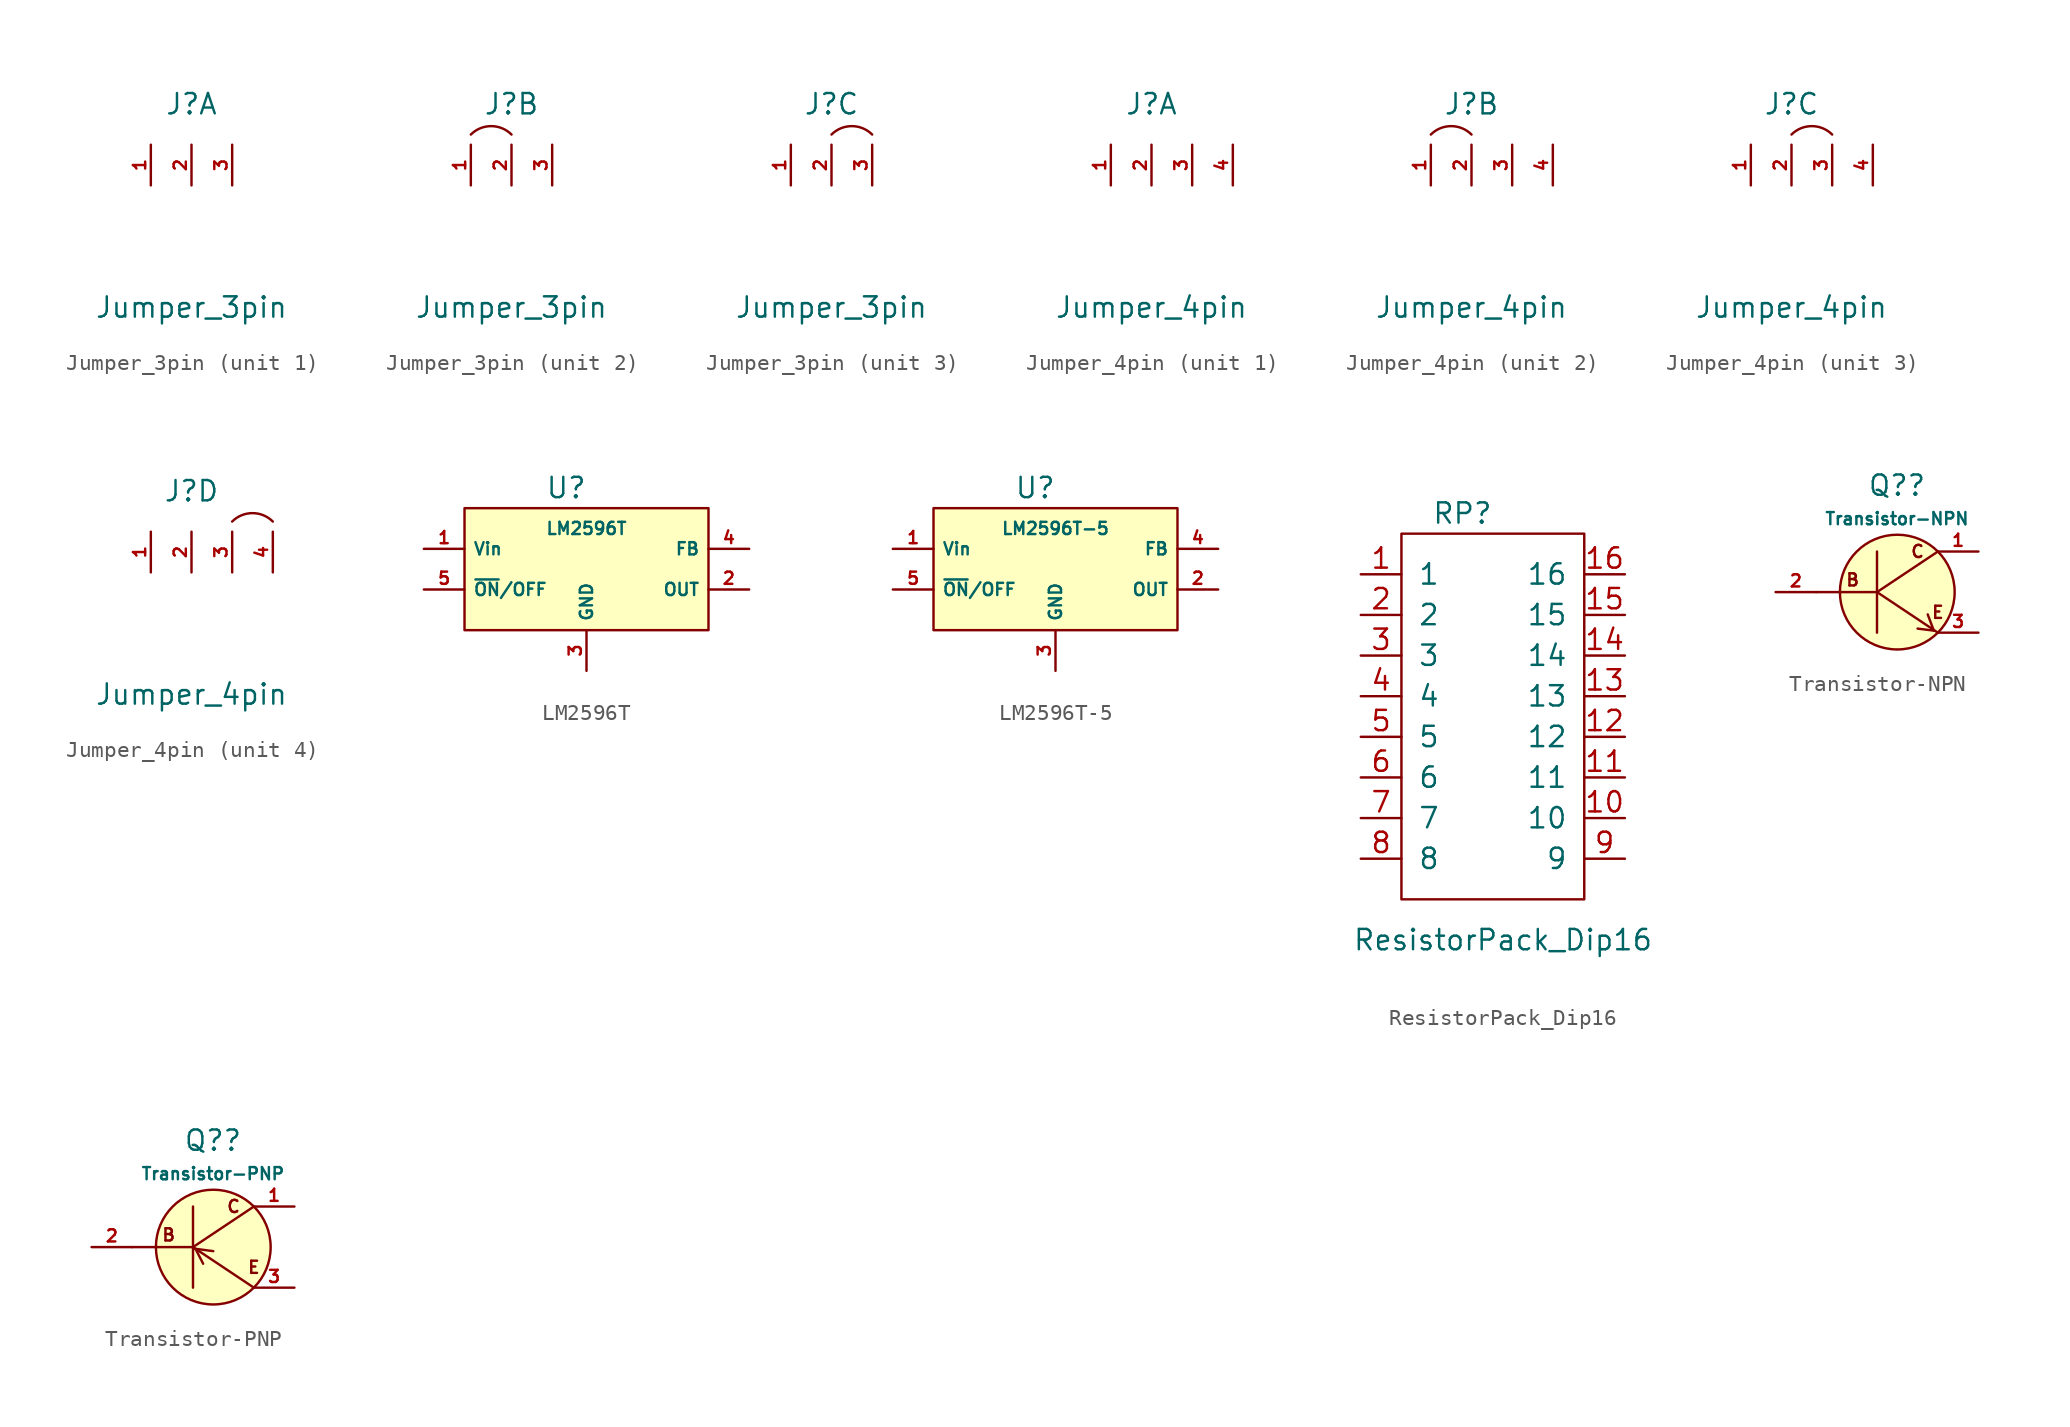
<source format=kicad_sym>
(kicad_symbol_lib
  (version 20211014)
  (generator kicad_symbol_editor)
  (symbol "Jumper_3pin"
    (property "Reference" "J"
      (at 0 15.24 0)
      (effects (font (size 1.27 1.27))))
    (property "Value" "Jumper_3pin"
      (at 0 2.54 0)
      (effects (font (size 1.27 1.27))))
    (symbol "Jumper_3pin_1_1"
      (pin passive line (at -2.54 10.16 90) (length 2.54) (name "" (effects (font (size 0.762 0.762)))) (number "1" (effects (font (size 0.762 0.762)))))
      (pin passive line (at 0 10.16 90) (length 2.54) (name "" (effects (font (size 0.762 0.762)))) (number "2" (effects (font (size 0.762 0.762)))))
      (pin passive line (at 2.54 10.16 90) (length 2.54) (name "" (effects (font (size 0.762 0.762)))) (number "3" (effects (font (size 0.762 0.762))))))
    (symbol "Jumper_3pin_2_1"
      (arc (start 0 13.3352) (mid -1.27 13.8612) (end -2.54 13.3352) (stroke (width 0.1524) (type default) (color 0 0 0 0)) (fill (type none)))
      (pin passive line (at -2.54 10.16 90) (length 2.54) (name "" (effects (font (size 0.762 0.762)))) (number "1" (effects (font (size 0.762 0.762)))))
      (pin passive line (at 0 10.16 90) (length 2.54) (name "" (effects (font (size 0.762 0.762)))) (number "2" (effects (font (size 0.762 0.762)))))
      (pin passive line (at 2.54 10.16 90) (length 2.54) (name "" (effects (font (size 0.762 0.762)))) (number "3" (effects (font (size 0.762 0.762))))))
    (symbol "Jumper_3pin_3_1"
      (arc (start 2.54 13.3352) (mid 1.27 13.8612) (end 0 13.3352) (stroke (width 0.1524) (type default) (color 0 0 0 0)) (fill (type none)))
      (pin passive line (at -2.54 10.16 90) (length 2.54) (name "" (effects (font (size 0.762 0.762)))) (number "1" (effects (font (size 0.762 0.762)))))
      (pin passive line (at 0 10.16 90) (length 2.54) (name "" (effects (font (size 0.762 0.762)))) (number "2" (effects (font (size 0.762 0.762)))))
      (pin passive line (at 2.54 10.16 90) (length 2.54) (name "" (effects (font (size 0.762 0.762)))) (number "3" (effects (font (size 0.762 0.762)))))))
  (symbol "Jumper_4pin"
    (property "Reference" "J"
      (at 0 15.24 0)
      (effects (font (size 1.27 1.27))))
    (property "Value" "Jumper_4pin"
      (at 0 2.54 0)
      (effects (font (size 1.27 1.27))))
    (symbol "Jumper_4pin_1_1"
      (pin passive line (at -2.54 10.16 90) (length 2.54) (name "" (effects (font (size 0.762 0.762)))) (number "1" (effects (font (size 0.762 0.762)))))
      (pin passive line (at 0 10.16 90) (length 2.54) (name "" (effects (font (size 0.762 0.762)))) (number "2" (effects (font (size 0.762 0.762)))))
      (pin passive line (at 2.54 10.16 90) (length 2.54) (name "" (effects (font (size 0.762 0.762)))) (number "3" (effects (font (size 0.762 0.762)))))
      (pin passive line (at 5.08 10.16 90) (length 2.54) (name "" (effects (font (size 0.762 0.762)))) (number "4" (effects (font (size 0.762 0.762))))))
    (symbol "Jumper_4pin_2_1"
      (arc (start 0 13.3352) (mid -1.27 13.8612) (end -2.54 13.3352) (stroke (width 0.1524) (type default) (color 0 0 0 0)) (fill (type none)))
      (pin passive line (at -2.54 10.16 90) (length 2.54) (name "" (effects (font (size 0.762 0.762)))) (number "1" (effects (font (size 0.762 0.762)))))
      (pin passive line (at 0 10.16 90) (length 2.54) (name "" (effects (font (size 0.762 0.762)))) (number "2" (effects (font (size 0.762 0.762)))))
      (pin passive line (at 2.54 10.16 90) (length 2.54) (name "" (effects (font (size 0.762 0.762)))) (number "3" (effects (font (size 0.762 0.762)))))
      (pin passive line (at 5.08 10.16 90) (length 2.54) (name "" (effects (font (size 0.762 0.762)))) (number "4" (effects (font (size 0.762 0.762))))))
    (symbol "Jumper_4pin_3_1"
      (arc (start 2.54 13.3352) (mid 1.27 13.8612) (end 0 13.3352) (stroke (width 0.1524) (type default) (color 0 0 0 0)) (fill (type none)))
      (pin passive line (at -2.54 10.16 90) (length 2.54) (name "" (effects (font (size 0.762 0.762)))) (number "1" (effects (font (size 0.762 0.762)))))
      (pin passive line (at 0 10.16 90) (length 2.54) (name "" (effects (font (size 0.762 0.762)))) (number "2" (effects (font (size 0.762 0.762)))))
      (pin passive line (at 2.54 10.16 90) (length 2.54) (name "" (effects (font (size 0.762 0.762)))) (number "3" (effects (font (size 0.762 0.762)))))
      (pin passive line (at 5.08 10.16 90) (length 2.54) (name "" (effects (font (size 0.762 0.762)))) (number "4" (effects (font (size 0.762 0.762))))))
    (symbol "Jumper_4pin_4_1"
      (arc (start 5.08 13.3352) (mid 3.81 13.8612) (end 2.54 13.3352) (stroke (width 0.1524) (type default) (color 0 0 0 0)) (fill (type none)))
      (pin passive line (at -2.54 10.16 90) (length 2.54) (name "" (effects (font (size 0.762 0.762)))) (number "1" (effects (font (size 0.762 0.762)))))
      (pin passive line (at 0 10.16 90) (length 2.54) (name "" (effects (font (size 0.762 0.762)))) (number "2" (effects (font (size 0.762 0.762)))))
      (pin passive line (at 2.54 10.16 90) (length 2.54) (name "" (effects (font (size 0.762 0.762)))) (number "3" (effects (font (size 0.762 0.762)))))
      (pin passive line (at 5.08 10.16 90) (length 2.54) (name "" (effects (font (size 0.762 0.762)))) (number "4" (effects (font (size 0.762 0.762)))))))
  (symbol "LM2596T"
    (property "Reference" "U"
      (at 6.35 16.51 0)
      (effects (font (size 1.27 1.27))))
    (property "Value" "LM2596T"
      (at 7.62 13.97 0)
      (effects (font (size 0.762 0.762))))
    (symbol "LM2596T_0_1"
      (rectangle (start 0 7.62) (end 15.24 15.24) (stroke (width 0.152) (type default) (color 0 0 0 0)) (fill (type background))))
    (symbol "LM2596T_1_1"
      (pin passive line (at -2.54 12.7 0) (length 2.54) (name "Vin" (effects (font (size 0.762 0.762)))) (number "1" (effects (font (size 0.762 0.762)))))
      (pin passive line (at 17.78 10.16 180) (length 2.54) (name "OUT" (effects (font (size 0.762 0.762)))) (number "2" (effects (font (size 0.762 0.762)))))
      (pin passive line (at 7.62 5.08 90) (length 2.54) (name "GND" (effects (font (size 0.762 0.762)))) (number "3" (effects (font (size 0.762 0.762)))))
      (pin passive line (at 17.78 12.7 180) (length 2.54) (name "FB" (effects (font (size 0.762 0.762)))) (number "4" (effects (font (size 0.762 0.762)))))
      (pin passive line (at -2.54 10.16 0) (length 2.54) (name "~{ON}/OFF" (effects (font (size 0.762 0.762)))) (number "5" (effects (font (size 0.762 0.762)))))))
  (symbol "LM2596T-5"
    (property "Reference" "U"
      (at 6.35 16.51 0)
      (effects (font (size 1.27 1.27))))
    (property "Value" "LM2596T-5"
      (at 7.62 13.97 0)
      (effects (font (size 0.762 0.762))))
    (symbol "LM2596T-5_0_1"
      (rectangle (start 0 7.62) (end 15.24 15.24) (stroke (width 0.152) (type default) (color 0 0 0 0)) (fill (type background))))
    (symbol "LM2596T-5_1_1"
      (pin passive line (at -2.54 12.7 0) (length 2.54) (name "Vin" (effects (font (size 0.762 0.762)))) (number "1" (effects (font (size 0.762 0.762)))))
      (pin passive line (at 17.78 10.16 180) (length 2.54) (name "OUT" (effects (font (size 0.762 0.762)))) (number "2" (effects (font (size 0.762 0.762)))))
      (pin passive line (at 7.62 5.08 90) (length 2.54) (name "GND" (effects (font (size 0.762 0.762)))) (number "3" (effects (font (size 0.762 0.762)))))
      (pin passive line (at 17.78 12.7 180) (length 2.54) (name "FB" (effects (font (size 0.762 0.762)))) (number "4" (effects (font (size 0.762 0.762)))))
      (pin passive line (at -2.54 10.16 0) (length 2.54) (name "~{ON}/OFF" (effects (font (size 0.762 0.762)))) (number "5" (effects (font (size 0.762 0.762)))))))
  (symbol "ResistorPack_Dip16"
    (pin_names
      (offset 1.016))
    (property "Reference" "RP"
      (at 3.81 30.48 0)
      (effects (font (size 1.27 1.27))))
    (property "Value" "ResistorPack_Dip16"
      (at 6.35 3.81 0)
      (effects (font (size 1.27 1.27))))
    (symbol "ResistorPack_Dip16_0_1"
      (rectangle (start 0 29.21) (end 11.43 6.35) (stroke (width 0) (type default) (color 0 0 0 0)) (fill (type none))))
    (symbol "ResistorPack_Dip16_1_1"
      (pin passive line (at -2.54 26.67 0) (length 2.54) (name "1" (effects (font (size 1.27 1.27)))) (number "1" (effects (font (size 1.27 1.27)))))
      (pin passive line (at 13.97 11.43 180) (length 2.54) (name "10" (effects (font (size 1.27 1.27)))) (number "10" (effects (font (size 1.27 1.27)))))
      (pin passive line (at 13.97 13.97 180) (length 2.54) (name "11" (effects (font (size 1.27 1.27)))) (number "11" (effects (font (size 1.27 1.27)))))
      (pin passive line (at 13.97 16.51 180) (length 2.54) (name "12" (effects (font (size 1.27 1.27)))) (number "12" (effects (font (size 1.27 1.27)))))
      (pin passive line (at 13.97 19.05 180) (length 2.54) (name "13" (effects (font (size 1.27 1.27)))) (number "13" (effects (font (size 1.27 1.27)))))
      (pin passive line (at 13.97 21.59 180) (length 2.54) (name "14" (effects (font (size 1.27 1.27)))) (number "14" (effects (font (size 1.27 1.27)))))
      (pin passive line (at 13.97 24.13 180) (length 2.54) (name "15" (effects (font (size 1.27 1.27)))) (number "15" (effects (font (size 1.27 1.27)))))
      (pin passive line (at 13.97 26.67 180) (length 2.54) (name "16" (effects (font (size 1.27 1.27)))) (number "16" (effects (font (size 1.27 1.27)))))
      (pin passive line (at -2.54 24.13 0) (length 2.54) (name "2" (effects (font (size 1.27 1.27)))) (number "2" (effects (font (size 1.27 1.27)))))
      (pin passive line (at -2.54 21.59 0) (length 2.54) (name "3" (effects (font (size 1.27 1.27)))) (number "3" (effects (font (size 1.27 1.27)))))
      (pin passive line (at -2.54 19.05 0) (length 2.54) (name "4" (effects (font (size 1.27 1.27)))) (number "4" (effects (font (size 1.27 1.27)))))
      (pin passive line (at -2.54 16.51 0) (length 2.54) (name "5" (effects (font (size 1.27 1.27)))) (number "5" (effects (font (size 1.27 1.27)))))
      (pin passive line (at -2.54 13.97 0) (length 2.54) (name "6" (effects (font (size 1.27 1.27)))) (number "6" (effects (font (size 1.27 1.27)))))
      (pin passive line (at -2.54 11.43 0) (length 2.54) (name "7" (effects (font (size 1.27 1.27)))) (number "7" (effects (font (size 1.27 1.27)))))
      (pin passive line (at -2.54 8.89 0) (length 2.54) (name "8" (effects (font (size 1.27 1.27)))) (number "8" (effects (font (size 1.27 1.27)))))
      (pin passive line (at 13.97 8.89 180) (length 2.54) (name "9" (effects (font (size 1.27 1.27)))) (number "9" (effects (font (size 1.27 1.27)))))))
  (symbol "Transistor-NPN"
    (property "Reference" "Q?"
      (at 10.14 14.295 0)
      (effects (font (size 1.27 1.27))))
    (property "Value" "Transistor-NPN"
      (at 10.14 12.214 0)
      (effects (font (size 0.762 0.762))))
    (symbol "Transistor-NPN_0_0"
      (text "B" (at 7.366 8.382 0) (effects (font (size 0.762 0.762))))
      (text "C" (at 11.43 10.16 0) (effects (font (size 0.762 0.762))))
      (text "E" (at 12.7 6.35 0) (effects (font (size 0.762 0.762)))))
    (symbol "Transistor-NPN_0_1"
      (polyline (pts (xy 5.08 7.62) (xy 8.89 7.62)) (stroke (width 0.152) (type default) (color 0 0 0 0)) (fill (type none)))
      (polyline (pts (xy 8.89 10.16) (xy 8.89 5.08)) (stroke (width 0.152) (type default) (color 0 0 0 0)) (fill (type none)))
      (polyline (pts (xy 12.446 5.207) (xy 11.43 5.334)) (stroke (width 0.152) (type default) (color 0 0 0 0)) (fill (type none)))
      (polyline (pts (xy 12.446 5.207) (xy 12.065 6.223)) (stroke (width 0.152) (type default) (color 0 0 0 0)) (fill (type none)))
      (polyline (pts (xy 12.7 10.16) (xy 8.89 7.62) (xy 12.7 5.08)) (stroke (width 0.152) (type default) (color 0 0 0 0)) (fill (type none)))
      (circle (center 10.16 7.62) (radius 3.592) (stroke (width 0.152) (type default) (color 0 0 0 0)) (fill (type background))))
    (symbol "Transistor-NPN_1_1"
      (pin passive line (at 15.24 10.16 180) (length 2.54) (name "" (effects (font (size 0.762 0.762)))) (number "1" (effects (font (size 0.762 0.762)))))
      (pin input line (at 2.54 7.62 0) (length 2.54) (name "" (effects (font (size 0.762 0.762)))) (number "2" (effects (font (size 0.762 0.762)))))
      (pin passive line (at 15.24 5.08 180) (length 2.54) (name "" (effects (font (size 0.762 0.762)))) (number "3" (effects (font (size 0.762 0.762)))))))
  (symbol "Transistor-PNP"
    (property "Reference" "Q?"
      (at 10.14 14.295 0)
      (effects (font (size 1.27 1.27))))
    (property "Value" "Transistor-PNP"
      (at 10.14 12.214 0)
      (effects (font (size 0.762 0.762))))
    (symbol "Transistor-PNP_0_0"
      (text "B" (at 7.366 8.382 0) (effects (font (size 0.762 0.762))))
      (text "C" (at 11.43 10.16 0) (effects (font (size 0.762 0.762))))
      (text "E" (at 12.7 6.35 0) (effects (font (size 0.762 0.762)))))
    (symbol "Transistor-PNP_0_1"
      (polyline (pts (xy 5.08 7.62) (xy 8.89 7.62)) (stroke (width 0.152) (type default) (color 0 0 0 0)) (fill (type none)))
      (polyline (pts (xy 8.89 10.16) (xy 8.89 5.08)) (stroke (width 0.152) (type default) (color 0 0 0 0)) (fill (type none)))
      (polyline (pts (xy 9.525 6.579) (xy 9.068 7.468)) (stroke (width 0.152) (type default) (color 0 0 0 0)) (fill (type none)))
      (polyline (pts (xy 10.16 7.366) (xy 9.017 7.518)) (stroke (width 0.152) (type default) (color 0 0 0 0)) (fill (type none)))
      (polyline (pts (xy 12.7 10.16) (xy 8.89 7.62) (xy 12.7 5.08)) (stroke (width 0.152) (type default) (color 0 0 0 0)) (fill (type none)))
      (circle (center 10.16 7.62) (radius 3.592) (stroke (width 0.152) (type default) (color 0 0 0 0)) (fill (type background))))
    (symbol "Transistor-PNP_1_1"
      (pin passive line (at 15.24 10.16 180) (length 2.54) (name "" (effects (font (size 0.762 0.762)))) (number "1" (effects (font (size 0.762 0.762)))))
      (pin input line (at 2.54 7.62 0) (length 2.54) (name "" (effects (font (size 0.762 0.762)))) (number "2" (effects (font (size 0.762 0.762)))))
      (pin passive line (at 15.24 5.08 180) (length 2.54) (name "" (effects (font (size 0.762 0.762)))) (number "3" (effects (font (size 0.762 0.762))))))))
</source>
